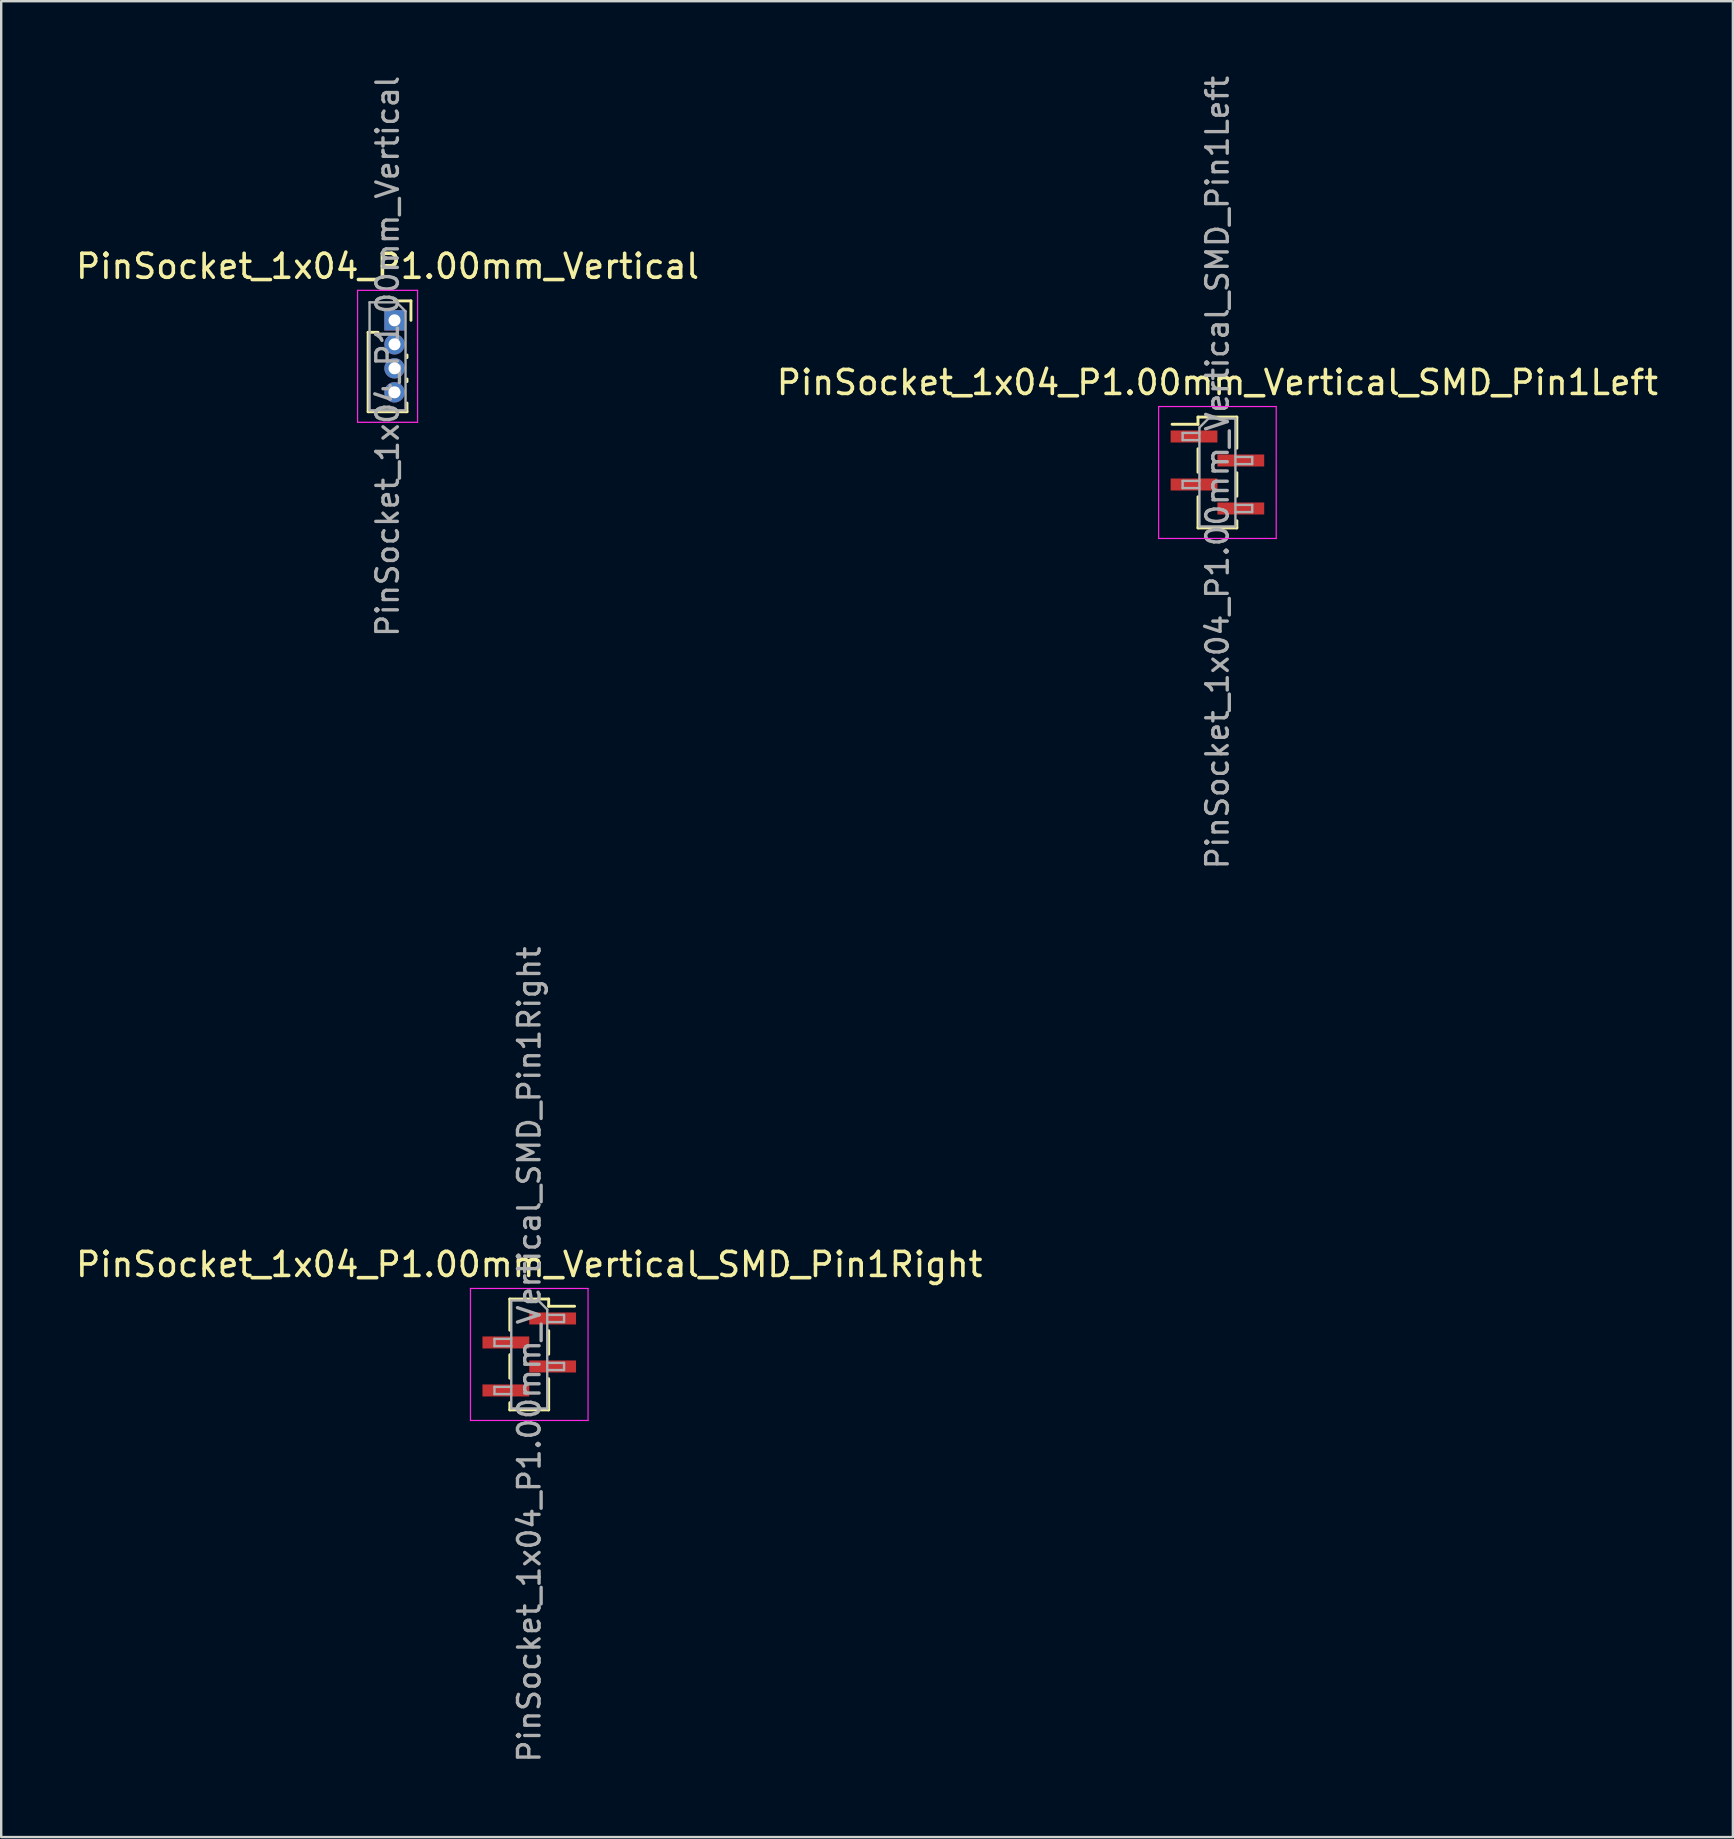
<source format=kicad_pcb>
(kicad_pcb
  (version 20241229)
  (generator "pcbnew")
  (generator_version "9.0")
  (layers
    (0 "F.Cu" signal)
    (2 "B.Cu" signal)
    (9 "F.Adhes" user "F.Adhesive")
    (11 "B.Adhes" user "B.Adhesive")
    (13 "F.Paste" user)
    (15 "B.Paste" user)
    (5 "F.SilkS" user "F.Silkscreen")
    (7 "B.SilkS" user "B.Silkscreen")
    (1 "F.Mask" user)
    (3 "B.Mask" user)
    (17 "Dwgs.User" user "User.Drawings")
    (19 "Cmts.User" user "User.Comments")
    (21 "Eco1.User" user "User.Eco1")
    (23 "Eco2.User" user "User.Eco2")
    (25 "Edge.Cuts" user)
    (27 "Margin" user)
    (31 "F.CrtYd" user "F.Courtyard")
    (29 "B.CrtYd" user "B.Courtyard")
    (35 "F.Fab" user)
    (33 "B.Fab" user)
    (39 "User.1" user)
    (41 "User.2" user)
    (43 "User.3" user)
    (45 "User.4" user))
  (footprint "PinSocket_1x04_P1.00mm_Vertical_SMD_Pin1Right"
    (layer "F.Cu")
    (at 19.006 53.396)
    (property "Reference" "PinSocket_1x04_P1.00mm_Vertical_SMD_Pin1Right" (at 0 -3.75 0) (layer "F.SilkS") (effects (font (size 1 1) (thickness 0.15))))
    (attr smd)
    (fp_line (start -0.81 -2.31) (end -0.81 -1.01) (stroke (width 0.12) (type solid)) (layer "F.SilkS"))
    (fp_line (start -0.81 -2.31) (end 0.81 -2.31) (stroke (width 0.12) (type solid)) (layer "F.SilkS"))
    (fp_line (start -0.81 0.01) (end -0.81 0.99) (stroke (width 0.12) (type solid)) (layer "F.SilkS"))
    (fp_line (start -0.81 2.01) (end -0.81 2.31) (stroke (width 0.12) (type solid)) (layer "F.SilkS"))
    (fp_line (start -0.81 2.31) (end 0.81 2.31) (stroke (width 0.12) (type solid)) (layer "F.SilkS"))
    (fp_line (start 0.81 -2.31) (end 0.81 -2.01) (stroke (width 0.12) (type solid)) (layer "F.SilkS"))
    (fp_line (start 0.81 -2.01) (end 1.89 -2.01) (stroke (width 0.12) (type solid)) (layer "F.SilkS"))
    (fp_line (start 0.81 -0.99) (end 0.81 -0.01) (stroke (width 0.12) (type solid)) (layer "F.SilkS"))
    (fp_line (start 0.81 1.01) (end 0.81 2.31) (stroke (width 0.12) (type solid)) (layer "F.SilkS"))
    (fp_line (start -2.45 -2.75) (end 2.45 -2.75) (stroke (width 0.05) (type solid)) (layer "F.CrtYd"))
    (fp_line (start -2.45 2.75) (end -2.45 -2.75) (stroke (width 0.05) (type solid)) (layer "F.CrtYd"))
    (fp_line (start 2.45 -2.75) (end 2.45 2.75) (stroke (width 0.05) (type solid)) (layer "F.CrtYd"))
    (fp_line (start 2.45 2.75) (end -2.45 2.75) (stroke (width 0.05) (type solid)) (layer "F.CrtYd"))
    (fp_line (start -1.45 -0.65) (end -0.75 -0.65) (stroke (width 0.1) (type solid)) (layer "F.Fab"))
    (fp_line (start -1.45 -0.35) (end -1.45 -0.65) (stroke (width 0.1) (type solid)) (layer "F.Fab"))
    (fp_line (start -1.45 1.35) (end -0.75 1.35) (stroke (width 0.1) (type solid)) (layer "F.Fab"))
    (fp_line (start -1.45 1.65) (end -1.45 1.35) (stroke (width 0.1) (type solid)) (layer "F.Fab"))
    (fp_line (start -0.75 -2.25) (end 0.375 -2.25) (stroke (width 0.1) (type solid)) (layer "F.Fab"))
    (fp_line (start -0.75 -0.35) (end -1.45 -0.35) (stroke (width 0.1) (type solid)) (layer "F.Fab"))
    (fp_line (start -0.75 1.65) (end -1.45 1.65) (stroke (width 0.1) (type solid)) (layer "F.Fab"))
    (fp_line (start -0.75 2.25) (end -0.75 -2.25) (stroke (width 0.1) (type solid)) (layer "F.Fab"))
    (fp_line (start 0.375 -2.25) (end 0.75 -1.875) (stroke (width 0.1) (type solid)) (layer "F.Fab"))
    (fp_line (start 0.75 -1.875) (end 0.75 2.25) (stroke (width 0.1) (type solid)) (layer "F.Fab"))
    (fp_line (start 0.75 -1.65) (end 1.45 -1.65) (stroke (width 0.1) (type solid)) (layer "F.Fab"))
    (fp_line (start 0.75 0.35) (end 1.45 0.35) (stroke (width 0.1) (type solid)) (layer "F.Fab"))
    (fp_line (start 0.75 2.25) (end -0.75 2.25) (stroke (width 0.1) (type solid)) (layer "F.Fab"))
    (fp_line (start 1.45 -1.65) (end 1.45 -1.35) (stroke (width 0.1) (type solid)) (layer "F.Fab"))
    (fp_line (start 1.45 -1.35) (end 0.75 -1.35) (stroke (width 0.1) (type solid)) (layer "F.Fab"))
    (fp_line (start 1.45 0.35) (end 1.45 0.65) (stroke (width 0.1) (type solid)) (layer "F.Fab"))
    (fp_line (start 1.45 0.65) (end 0.75 0.65) (stroke (width 0.1) (type solid)) (layer "F.Fab"))
    (fp_text user "${REFERENCE}" (at 0 0 90) (layer "F.Fab") (effects (font (size 0.9 0.9) (thickness 0.14))))
    (pad "1" smd rect (at 0.975 -1.5) (size 1.95 0.5) (layers "F.Cu" "F.Mask" "F.Paste"))
    (pad "2" smd rect (at -0.975 -0.5) (size 1.95 0.5) (layers "F.Cu" "F.Mask" "F.Paste"))
    (pad "3" smd rect (at 0.975 0.5) (size 1.95 0.5) (layers "F.Cu" "F.Mask" "F.Paste"))
    (pad "4" smd rect (at -0.975 1.5) (size 1.95 0.5) (layers "F.Cu" "F.Mask" "F.Paste")))
  (footprint "PinSocket_1x04_P1.00mm_Vertical_SMD_Pin1Left"
    (layer "F.Cu")
    (at 47.685 16.641)
    (property "Reference" "PinSocket_1x04_P1.00mm_Vertical_SMD_Pin1Left" (at 0 -3.75 0) (layer "F.SilkS") (effects (font (size 1 1) (thickness 0.15))))
    (attr smd)
    (fp_line (start -1.89 -2.01) (end -0.81 -2.01) (stroke (width 0.12) (type solid)) (layer "F.SilkS"))
    (fp_line (start -0.81 -2.31) (end -0.81 -2.01) (stroke (width 0.12) (type solid)) (layer "F.SilkS"))
    (fp_line (start -0.81 -2.31) (end 0.81 -2.31) (stroke (width 0.12) (type solid)) (layer "F.SilkS"))
    (fp_line (start -0.81 -0.99) (end -0.81 -0.01) (stroke (width 0.12) (type solid)) (layer "F.SilkS"))
    (fp_line (start -0.81 1.01) (end -0.81 2.31) (stroke (width 0.12) (type solid)) (layer "F.SilkS"))
    (fp_line (start -0.81 2.31) (end 0.81 2.31) (stroke (width 0.12) (type solid)) (layer "F.SilkS"))
    (fp_line (start 0.81 -2.31) (end 0.81 -1.01) (stroke (width 0.12) (type solid)) (layer "F.SilkS"))
    (fp_line (start 0.81 0.01) (end 0.81 0.99) (stroke (width 0.12) (type solid)) (layer "F.SilkS"))
    (fp_line (start 0.81 2.01) (end 0.81 2.31) (stroke (width 0.12) (type solid)) (layer "F.SilkS"))
    (fp_line (start -2.45 -2.75) (end 2.45 -2.75) (stroke (width 0.05) (type solid)) (layer "F.CrtYd"))
    (fp_line (start -2.45 2.75) (end -2.45 -2.75) (stroke (width 0.05) (type solid)) (layer "F.CrtYd"))
    (fp_line (start 2.45 -2.75) (end 2.45 2.75) (stroke (width 0.05) (type solid)) (layer "F.CrtYd"))
    (fp_line (start 2.45 2.75) (end -2.45 2.75) (stroke (width 0.05) (type solid)) (layer "F.CrtYd"))
    (fp_line (start -1.45 -1.65) (end -0.75 -1.65) (stroke (width 0.1) (type solid)) (layer "F.Fab"))
    (fp_line (start -1.45 -1.35) (end -1.45 -1.65) (stroke (width 0.1) (type solid)) (layer "F.Fab"))
    (fp_line (start -1.45 0.35) (end -0.75 0.35) (stroke (width 0.1) (type solid)) (layer "F.Fab"))
    (fp_line (start -1.45 0.65) (end -1.45 0.35) (stroke (width 0.1) (type solid)) (layer "F.Fab"))
    (fp_line (start -0.75 -1.875) (end -0.375 -2.25) (stroke (width 0.1) (type solid)) (layer "F.Fab"))
    (fp_line (start -0.75 -1.35) (end -1.45 -1.35) (stroke (width 0.1) (type solid)) (layer "F.Fab"))
    (fp_line (start -0.75 0.65) (end -1.45 0.65) (stroke (width 0.1) (type solid)) (layer "F.Fab"))
    (fp_line (start -0.75 2.25) (end -0.75 -1.875) (stroke (width 0.1) (type solid)) (layer "F.Fab"))
    (fp_line (start -0.375 -2.25) (end 0.75 -2.25) (stroke (width 0.1) (type solid)) (layer "F.Fab"))
    (fp_line (start 0.75 -2.25) (end 0.75 2.25) (stroke (width 0.1) (type solid)) (layer "F.Fab"))
    (fp_line (start 0.75 -0.65) (end 1.45 -0.65) (stroke (width 0.1) (type solid)) (layer "F.Fab"))
    (fp_line (start 0.75 1.35) (end 1.45 1.35) (stroke (width 0.1) (type solid)) (layer "F.Fab"))
    (fp_line (start 0.75 2.25) (end -0.75 2.25) (stroke (width 0.1) (type solid)) (layer "F.Fab"))
    (fp_line (start 1.45 -0.65) (end 1.45 -0.35) (stroke (width 0.1) (type solid)) (layer "F.Fab"))
    (fp_line (start 1.45 -0.35) (end 0.75 -0.35) (stroke (width 0.1) (type solid)) (layer "F.Fab"))
    (fp_line (start 1.45 1.35) (end 1.45 1.65) (stroke (width 0.1) (type solid)) (layer "F.Fab"))
    (fp_line (start 1.45 1.65) (end 0.75 1.65) (stroke (width 0.1) (type solid)) (layer "F.Fab"))
    (fp_text user "${REFERENCE}" (at 0 0 90) (layer "F.Fab") (effects (font (size 0.9 0.9) (thickness 0.14))))
    (pad "1" smd rect (at -0.975 -1.5) (size 1.95 0.5) (layers "F.Cu" "F.Mask" "F.Paste"))
    (pad "2" smd rect (at 0.975 -0.5) (size 1.95 0.5) (layers "F.Cu" "F.Mask" "F.Paste"))
    (pad "3" smd rect (at -0.975 0.5) (size 1.95 0.5) (layers "F.Cu" "F.Mask" "F.Paste"))
    (pad "4" smd rect (at 0.975 1.5) (size 1.95 0.5) (layers "F.Cu" "F.Mask" "F.Paste")))
  (footprint "PinSocket_1x04_P1.00mm_Vertical"
    (layer "F.Cu")
    (at 13.391 10.299)
    (property "Reference" "PinSocket_1x04_P1.00mm_Vertical" (at -0.29 -2.25 0) (layer "F.SilkS") (effects (font (size 1 1) (thickness 0.15))))
    (attr through_hole)
    (fp_line (start -1.1 0.5) (end -1.1 3.81) (stroke (width 0.12) (type solid)) (layer "F.SilkS"))
    (fp_line (start -1.1 0.5) (end -0.685 0.5) (stroke (width 0.12) (type solid)) (layer "F.SilkS"))
    (fp_line (start -1.1 3.81) (end 0.52 3.81) (stroke (width 0.12) (type solid)) (layer "F.SilkS"))
    (fp_line (start 0 -0.81) (end 0.685 -0.81) (stroke (width 0.12) (type solid)) (layer "F.SilkS"))
    (fp_line (start 0.52 1.446) (end 0.52 1.554) (stroke (width 0.12) (type solid)) (layer "F.SilkS"))
    (fp_line (start 0.52 2.446) (end 0.52 2.554) (stroke (width 0.12) (type solid)) (layer "F.SilkS"))
    (fp_line (start 0.52 3.446) (end 0.52 3.81) (stroke (width 0.12) (type solid)) (layer "F.SilkS"))
    (fp_line (start 0.685 -0.81) (end 0.685 0) (stroke (width 0.12) (type solid)) (layer "F.SilkS"))
    (fp_line (start -1.54 -1.25) (end 0.96 -1.25) (stroke (width 0.05) (type solid)) (layer "F.CrtYd"))
    (fp_line (start -1.54 4.25) (end -1.54 -1.25) (stroke (width 0.05) (type solid)) (layer "F.CrtYd"))
    (fp_line (start 0.96 -1.25) (end 0.96 4.25) (stroke (width 0.05) (type solid)) (layer "F.CrtYd"))
    (fp_line (start 0.96 4.25) (end -1.54 4.25) (stroke (width 0.05) (type solid)) (layer "F.CrtYd"))
    (fp_line (start -1.04 -0.75) (end 0.085 -0.75) (stroke (width 0.1) (type solid)) (layer "F.Fab"))
    (fp_line (start -1.04 3.75) (end -1.04 -0.75) (stroke (width 0.1) (type solid)) (layer "F.Fab"))
    (fp_line (start 0.085 -0.75) (end 0.46 -0.375) (stroke (width 0.1) (type solid)) (layer "F.Fab"))
    (fp_line (start 0.46 -0.375) (end 0.46 3.75) (stroke (width 0.1) (type solid)) (layer "F.Fab"))
    (fp_line (start 0.46 3.75) (end -1.04 3.75) (stroke (width 0.1) (type solid)) (layer "F.Fab"))
    (fp_text user "${REFERENCE}" (at -0.29 1.5 90) (layer "F.Fab") (effects (font (size 0.9 0.9) (thickness 0.14))))
    (pad "1" thru_hole rect (at 0 0) (size 0.85 0.85) (drill 0.5) (layers "*.Cu" "*.Mask"))
    (pad "2" thru_hole oval (at 0 1) (size 0.85 0.85) (drill 0.5) (layers "*.Cu" "*.Mask"))
    (pad "3" thru_hole oval (at 0 2) (size 0.85 0.85) (drill 0.5) (layers "*.Cu" "*.Mask"))
    (pad "4" thru_hole oval (at 0 3) (size 0.85 0.85) (drill 0.5) (layers "*.Cu" "*.Mask")))
  (gr_rect
    (start -3 -3)
    (end 69.167 73.509)
    (stroke (width 0.1) (type default))
    (fill no)
    (layer "Edge.Cuts")))
</source>
